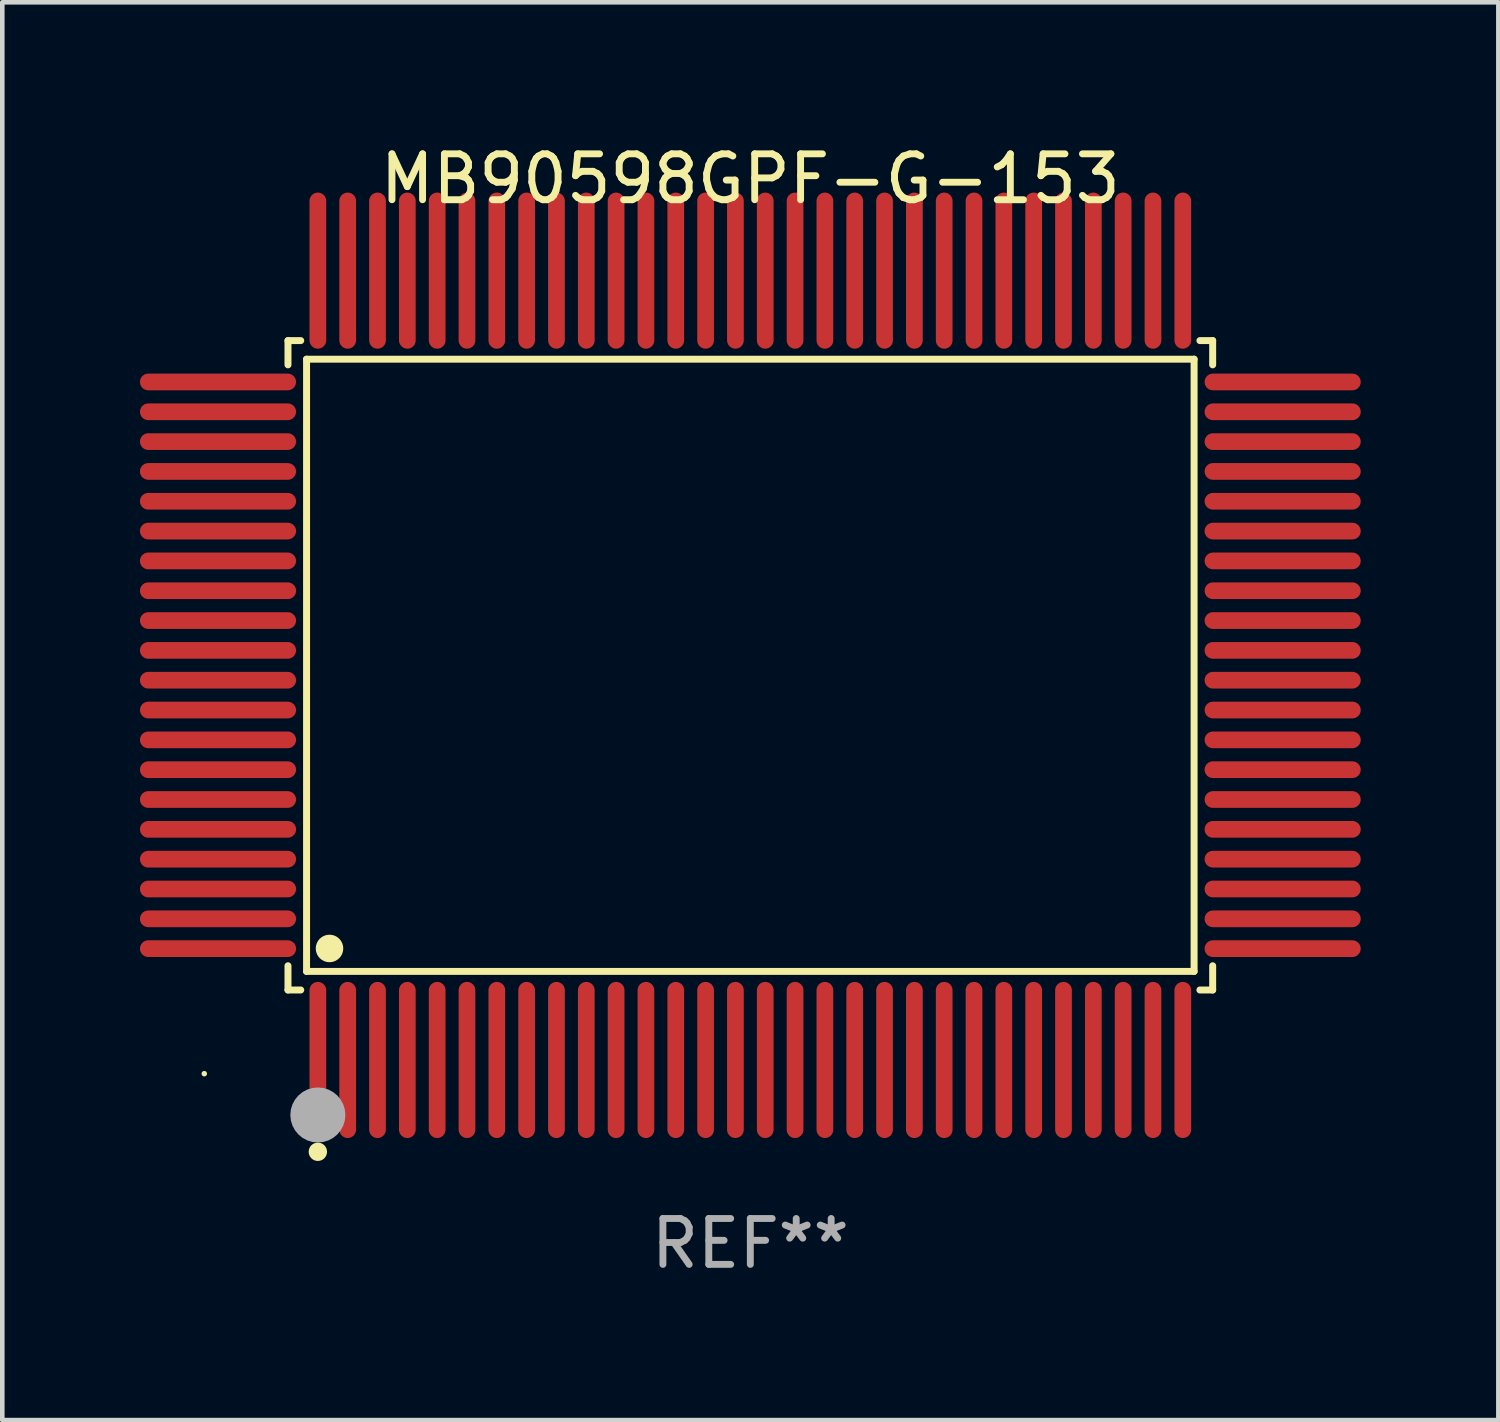
<source format=kicad_pcb>
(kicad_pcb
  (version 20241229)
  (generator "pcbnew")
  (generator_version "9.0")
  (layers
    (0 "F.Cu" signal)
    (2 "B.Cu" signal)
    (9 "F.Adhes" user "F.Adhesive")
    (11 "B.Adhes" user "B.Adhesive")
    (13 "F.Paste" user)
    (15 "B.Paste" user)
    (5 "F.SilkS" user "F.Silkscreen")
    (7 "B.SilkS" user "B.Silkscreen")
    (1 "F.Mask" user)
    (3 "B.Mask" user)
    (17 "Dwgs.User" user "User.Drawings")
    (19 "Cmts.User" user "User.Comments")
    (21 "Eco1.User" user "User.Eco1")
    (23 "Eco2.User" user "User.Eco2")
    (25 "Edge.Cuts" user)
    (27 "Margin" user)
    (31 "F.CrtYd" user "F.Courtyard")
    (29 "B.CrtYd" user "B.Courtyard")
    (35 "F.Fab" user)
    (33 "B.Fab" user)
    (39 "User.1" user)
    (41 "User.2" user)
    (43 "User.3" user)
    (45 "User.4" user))
  (footprint "MB90598GPF-G-153"
    (layer "F.Cu")
    (at 13.302 11.449)
    (property "Reference" "MB90598GPF-G-153" (at 0 -10.601 0) (layer "F.SilkS") (effects (font (size 1 1) (thickness 0.15))))
    (attr through_hole)
    (fp_line (start -10.076 -7.076) (end -9.798 -7.076) (stroke (width 0.152) (type solid)) (layer "F.SilkS"))
    (fp_line (start -10.076 -6.548) (end -10.076 -7.076) (stroke (width 0.152) (type solid)) (layer "F.SilkS"))
    (fp_line (start -10.076 6.548) (end -10.076 7.076) (stroke (width 0.152) (type solid)) (layer "F.SilkS"))
    (fp_line (start -10.076 7.076) (end -9.798 7.076) (stroke (width 0.152) (type solid)) (layer "F.SilkS"))
    (fp_line (start -9.671 -6.671) (end 9.671 -6.671) (stroke (width 0.152) (type solid)) (layer "F.SilkS"))
    (fp_line (start -9.671 6.671) (end -9.671 -6.671) (stroke (width 0.152) (type solid)) (layer "F.SilkS"))
    (fp_line (start 9.671 -6.671) (end 9.671 6.671) (stroke (width 0.152) (type solid)) (layer "F.SilkS"))
    (fp_line (start 9.671 6.671) (end -9.671 6.671) (stroke (width 0.152) (type solid)) (layer "F.SilkS"))
    (fp_line (start 10.076 -7.076) (end 9.798 -7.076) (stroke (width 0.152) (type solid)) (layer "F.SilkS"))
    (fp_line (start 10.076 -6.548) (end 10.076 -7.076) (stroke (width 0.152) (type solid)) (layer "F.SilkS"))
    (fp_line (start 10.076 6.548) (end 10.076 7.076) (stroke (width 0.152) (type solid)) (layer "F.SilkS"))
    (fp_line (start 10.076 7.076) (end 9.798 7.076) (stroke (width 0.152) (type solid)) (layer "F.SilkS"))
    (fp_circle (center -11.9 8.9) (end -11.87 8.9) (stroke (width 0.06) (type solid)) (fill no) (layer "F.SilkS"))
    (fp_circle (center -9.425 10.602) (end -9.325 10.602) (stroke (width 0.2) (type solid)) (fill no) (layer "F.SilkS"))
    (fp_circle (center -9.171 6.171) (end -9.021 6.171) (stroke (width 0.3) (type solid)) (fill no) (layer "F.SilkS"))
    (fp_circle (center -9.425 9.8) (end -9.125 9.8) (stroke (width 0.6) (type solid)) (fill no) (layer "F.Fab"))
    (fp_text user "REF**" (at 0 12.601 0) (layer "F.Fab") (effects (font (size 1 1) (thickness 0.15))))
    (pad "1" smd oval (at -9.425 8.601) (size 0.364 3.402) (layers "F.Cu" "F.Mask" "F.Paste"))
    (pad "2" smd oval (at -8.775 8.601) (size 0.364 3.402) (layers "F.Cu" "F.Mask" "F.Paste"))
    (pad "3" smd oval (at -8.125 8.601) (size 0.364 3.402) (layers "F.Cu" "F.Mask" "F.Paste"))
    (pad "4" smd oval (at -7.475 8.601) (size 0.364 3.402) (layers "F.Cu" "F.Mask" "F.Paste"))
    (pad "5" smd oval (at -6.825 8.601) (size 0.364 3.402) (layers "F.Cu" "F.Mask" "F.Paste"))
    (pad "6" smd oval (at -6.175 8.601) (size 0.364 3.402) (layers "F.Cu" "F.Mask" "F.Paste"))
    (pad "7" smd oval (at -5.525 8.601) (size 0.364 3.402) (layers "F.Cu" "F.Mask" "F.Paste"))
    (pad "8" smd oval (at -4.875 8.601) (size 0.364 3.402) (layers "F.Cu" "F.Mask" "F.Paste"))
    (pad "9" smd oval (at -4.225 8.601) (size 0.364 3.402) (layers "F.Cu" "F.Mask" "F.Paste"))
    (pad "10" smd oval (at -3.575 8.601) (size 0.364 3.402) (layers "F.Cu" "F.Mask" "F.Paste"))
    (pad "11" smd oval (at -2.925 8.601) (size 0.364 3.402) (layers "F.Cu" "F.Mask" "F.Paste"))
    (pad "12" smd oval (at -2.275 8.601) (size 0.364 3.402) (layers "F.Cu" "F.Mask" "F.Paste"))
    (pad "13" smd oval (at -1.625 8.601) (size 0.364 3.402) (layers "F.Cu" "F.Mask" "F.Paste"))
    (pad "14" smd oval (at -0.975 8.601) (size 0.364 3.402) (layers "F.Cu" "F.Mask" "F.Paste"))
    (pad "15" smd oval (at -0.325 8.601) (size 0.364 3.402) (layers "F.Cu" "F.Mask" "F.Paste"))
    (pad "16" smd oval (at 0.325 8.601) (size 0.364 3.402) (layers "F.Cu" "F.Mask" "F.Paste"))
    (pad "17" smd oval (at 0.975 8.601) (size 0.364 3.402) (layers "F.Cu" "F.Mask" "F.Paste"))
    (pad "18" smd oval (at 1.625 8.601) (size 0.364 3.402) (layers "F.Cu" "F.Mask" "F.Paste"))
    (pad "19" smd oval (at 2.275 8.601) (size 0.364 3.402) (layers "F.Cu" "F.Mask" "F.Paste"))
    (pad "20" smd oval (at 2.925 8.601) (size 0.364 3.402) (layers "F.Cu" "F.Mask" "F.Paste"))
    (pad "21" smd oval (at 3.575 8.601) (size 0.364 3.402) (layers "F.Cu" "F.Mask" "F.Paste"))
    (pad "22" smd oval (at 4.225 8.601) (size 0.364 3.402) (layers "F.Cu" "F.Mask" "F.Paste"))
    (pad "23" smd oval (at 4.875 8.601) (size 0.364 3.402) (layers "F.Cu" "F.Mask" "F.Paste"))
    (pad "24" smd oval (at 5.525 8.601) (size 0.364 3.402) (layers "F.Cu" "F.Mask" "F.Paste"))
    (pad "25" smd oval (at 6.175 8.601) (size 0.364 3.402) (layers "F.Cu" "F.Mask" "F.Paste"))
    (pad "26" smd oval (at 6.825 8.601) (size 0.364 3.402) (layers "F.Cu" "F.Mask" "F.Paste"))
    (pad "27" smd oval (at 7.475 8.601) (size 0.364 3.402) (layers "F.Cu" "F.Mask" "F.Paste"))
    (pad "28" smd oval (at 8.125 8.601) (size 0.364 3.402) (layers "F.Cu" "F.Mask" "F.Paste"))
    (pad "29" smd oval (at 8.775 8.601) (size 0.364 3.402) (layers "F.Cu" "F.Mask" "F.Paste"))
    (pad "30" smd oval (at 9.425 8.601) (size 0.364 3.402) (layers "F.Cu" "F.Mask" "F.Paste"))
    (pad "31" smd oval (at 11.601 6.175) (size 3.402 0.364) (layers "F.Cu" "F.Mask" "F.Paste"))
    (pad "32" smd oval (at 11.601 5.525) (size 3.402 0.364) (layers "F.Cu" "F.Mask" "F.Paste"))
    (pad "33" smd oval (at 11.601 4.875) (size 3.402 0.364) (layers "F.Cu" "F.Mask" "F.Paste"))
    (pad "34" smd oval (at 11.601 4.225) (size 3.402 0.364) (layers "F.Cu" "F.Mask" "F.Paste"))
    (pad "35" smd oval (at 11.601 3.575) (size 3.402 0.364) (layers "F.Cu" "F.Mask" "F.Paste"))
    (pad "36" smd oval (at 11.601 2.925) (size 3.402 0.364) (layers "F.Cu" "F.Mask" "F.Paste"))
    (pad "37" smd oval (at 11.601 2.275) (size 3.402 0.364) (layers "F.Cu" "F.Mask" "F.Paste"))
    (pad "38" smd oval (at 11.601 1.625) (size 3.402 0.364) (layers "F.Cu" "F.Mask" "F.Paste"))
    (pad "39" smd oval (at 11.601 0.975) (size 3.402 0.364) (layers "F.Cu" "F.Mask" "F.Paste"))
    (pad "40" smd oval (at 11.601 0.325) (size 3.402 0.364) (layers "F.Cu" "F.Mask" "F.Paste"))
    (pad "41" smd oval (at 11.601 -0.325) (size 3.402 0.364) (layers "F.Cu" "F.Mask" "F.Paste"))
    (pad "42" smd oval (at 11.601 -0.975) (size 3.402 0.364) (layers "F.Cu" "F.Mask" "F.Paste"))
    (pad "43" smd oval (at 11.601 -1.625) (size 3.402 0.364) (layers "F.Cu" "F.Mask" "F.Paste"))
    (pad "44" smd oval (at 11.601 -2.275) (size 3.402 0.364) (layers "F.Cu" "F.Mask" "F.Paste"))
    (pad "45" smd oval (at 11.601 -2.925) (size 3.402 0.364) (layers "F.Cu" "F.Mask" "F.Paste"))
    (pad "46" smd oval (at 11.601 -3.575) (size 3.402 0.364) (layers "F.Cu" "F.Mask" "F.Paste"))
    (pad "47" smd oval (at 11.601 -4.225) (size 3.402 0.364) (layers "F.Cu" "F.Mask" "F.Paste"))
    (pad "48" smd oval (at 11.601 -4.875) (size 3.402 0.364) (layers "F.Cu" "F.Mask" "F.Paste"))
    (pad "49" smd oval (at 11.601 -5.525) (size 3.402 0.364) (layers "F.Cu" "F.Mask" "F.Paste"))
    (pad "50" smd oval (at 11.601 -6.175) (size 3.402 0.364) (layers "F.Cu" "F.Mask" "F.Paste"))
    (pad "51" smd oval (at 9.425 -8.601) (size 0.364 3.402) (layers "F.Cu" "F.Mask" "F.Paste"))
    (pad "52" smd oval (at 8.775 -8.601) (size 0.364 3.402) (layers "F.Cu" "F.Mask" "F.Paste"))
    (pad "53" smd oval (at 8.125 -8.601) (size 0.364 3.402) (layers "F.Cu" "F.Mask" "F.Paste"))
    (pad "54" smd oval (at 7.475 -8.601) (size 0.364 3.402) (layers "F.Cu" "F.Mask" "F.Paste"))
    (pad "55" smd oval (at 6.825 -8.601) (size 0.364 3.402) (layers "F.Cu" "F.Mask" "F.Paste"))
    (pad "56" smd oval (at 6.175 -8.601) (size 0.364 3.402) (layers "F.Cu" "F.Mask" "F.Paste"))
    (pad "57" smd oval (at 5.525 -8.601) (size 0.364 3.402) (layers "F.Cu" "F.Mask" "F.Paste"))
    (pad "58" smd oval (at 4.875 -8.601) (size 0.364 3.402) (layers "F.Cu" "F.Mask" "F.Paste"))
    (pad "59" smd oval (at 4.225 -8.601) (size 0.364 3.402) (layers "F.Cu" "F.Mask" "F.Paste"))
    (pad "60" smd oval (at 3.575 -8.601) (size 0.364 3.402) (layers "F.Cu" "F.Mask" "F.Paste"))
    (pad "61" smd oval (at 2.925 -8.601) (size 0.364 3.402) (layers "F.Cu" "F.Mask" "F.Paste"))
    (pad "62" smd oval (at 2.275 -8.601) (size 0.364 3.402) (layers "F.Cu" "F.Mask" "F.Paste"))
    (pad "63" smd oval (at 1.625 -8.601) (size 0.364 3.402) (layers "F.Cu" "F.Mask" "F.Paste"))
    (pad "64" smd oval (at 0.975 -8.601) (size 0.364 3.402) (layers "F.Cu" "F.Mask" "F.Paste"))
    (pad "65" smd oval (at 0.325 -8.601) (size 0.364 3.402) (layers "F.Cu" "F.Mask" "F.Paste"))
    (pad "66" smd oval (at -0.325 -8.601) (size 0.364 3.402) (layers "F.Cu" "F.Mask" "F.Paste"))
    (pad "67" smd oval (at -0.975 -8.601) (size 0.364 3.402) (layers "F.Cu" "F.Mask" "F.Paste"))
    (pad "68" smd oval (at -1.625 -8.601) (size 0.364 3.402) (layers "F.Cu" "F.Mask" "F.Paste"))
    (pad "69" smd oval (at -2.275 -8.601) (size 0.364 3.402) (layers "F.Cu" "F.Mask" "F.Paste"))
    (pad "70" smd oval (at -2.925 -8.601) (size 0.364 3.402) (layers "F.Cu" "F.Mask" "F.Paste"))
    (pad "71" smd oval (at -3.575 -8.601) (size 0.364 3.402) (layers "F.Cu" "F.Mask" "F.Paste"))
    (pad "72" smd oval (at -4.225 -8.601) (size 0.364 3.402) (layers "F.Cu" "F.Mask" "F.Paste"))
    (pad "73" smd oval (at -4.875 -8.601) (size 0.364 3.402) (layers "F.Cu" "F.Mask" "F.Paste"))
    (pad "74" smd oval (at -5.525 -8.601) (size 0.364 3.402) (layers "F.Cu" "F.Mask" "F.Paste"))
    (pad "75" smd oval (at -6.175 -8.601) (size 0.364 3.402) (layers "F.Cu" "F.Mask" "F.Paste"))
    (pad "76" smd oval (at -6.825 -8.601) (size 0.364 3.402) (layers "F.Cu" "F.Mask" "F.Paste"))
    (pad "77" smd oval (at -7.475 -8.601) (size 0.364 3.402) (layers "F.Cu" "F.Mask" "F.Paste"))
    (pad "78" smd oval (at -8.125 -8.601) (size 0.364 3.402) (layers "F.Cu" "F.Mask" "F.Paste"))
    (pad "79" smd oval (at -8.775 -8.601) (size 0.364 3.402) (layers "F.Cu" "F.Mask" "F.Paste"))
    (pad "80" smd oval (at -9.425 -8.601) (size 0.364 3.402) (layers "F.Cu" "F.Mask" "F.Paste"))
    (pad "81" smd oval (at -11.601 -6.175) (size 3.402 0.364) (layers "F.Cu" "F.Mask" "F.Paste"))
    (pad "82" smd oval (at -11.601 -5.525) (size 3.402 0.364) (layers "F.Cu" "F.Mask" "F.Paste"))
    (pad "83" smd oval (at -11.601 -4.875) (size 3.402 0.364) (layers "F.Cu" "F.Mask" "F.Paste"))
    (pad "84" smd oval (at -11.601 -4.225) (size 3.402 0.364) (layers "F.Cu" "F.Mask" "F.Paste"))
    (pad "85" smd oval (at -11.601 -3.575) (size 3.402 0.364) (layers "F.Cu" "F.Mask" "F.Paste"))
    (pad "86" smd oval (at -11.601 -2.925) (size 3.402 0.364) (layers "F.Cu" "F.Mask" "F.Paste"))
    (pad "87" smd oval (at -11.601 -2.275) (size 3.402 0.364) (layers "F.Cu" "F.Mask" "F.Paste"))
    (pad "88" smd oval (at -11.601 -1.625) (size 3.402 0.364) (layers "F.Cu" "F.Mask" "F.Paste"))
    (pad "89" smd oval (at -11.601 -0.975) (size 3.402 0.364) (layers "F.Cu" "F.Mask" "F.Paste"))
    (pad "90" smd oval (at -11.601 -0.325) (size 3.402 0.364) (layers "F.Cu" "F.Mask" "F.Paste"))
    (pad "91" smd oval (at -11.601 0.325) (size 3.402 0.364) (layers "F.Cu" "F.Mask" "F.Paste"))
    (pad "92" smd oval (at -11.601 0.975) (size 3.402 0.364) (layers "F.Cu" "F.Mask" "F.Paste"))
    (pad "93" smd oval (at -11.601 1.625) (size 3.402 0.364) (layers "F.Cu" "F.Mask" "F.Paste"))
    (pad "94" smd oval (at -11.601 2.275) (size 3.402 0.364) (layers "F.Cu" "F.Mask" "F.Paste"))
    (pad "95" smd oval (at -11.601 2.925) (size 3.402 0.364) (layers "F.Cu" "F.Mask" "F.Paste"))
    (pad "96" smd oval (at -11.601 3.575) (size 3.402 0.364) (layers "F.Cu" "F.Mask" "F.Paste"))
    (pad "97" smd oval (at -11.601 4.225) (size 3.402 0.364) (layers "F.Cu" "F.Mask" "F.Paste"))
    (pad "98" smd oval (at -11.601 4.875) (size 3.402 0.364) (layers "F.Cu" "F.Mask" "F.Paste"))
    (pad "99" smd oval (at -11.601 5.525) (size 3.402 0.364) (layers "F.Cu" "F.Mask" "F.Paste"))
    (pad "100" smd oval (at -11.601 6.175) (size 3.402 0.364) (layers "F.Cu" "F.Mask" "F.Paste")))
  (gr_rect
    (start -3 -3)
    (end 29.604 27.898)
    (stroke (width 0.1) (type default))
    (fill no)
    (layer "Edge.Cuts")))
</source>
